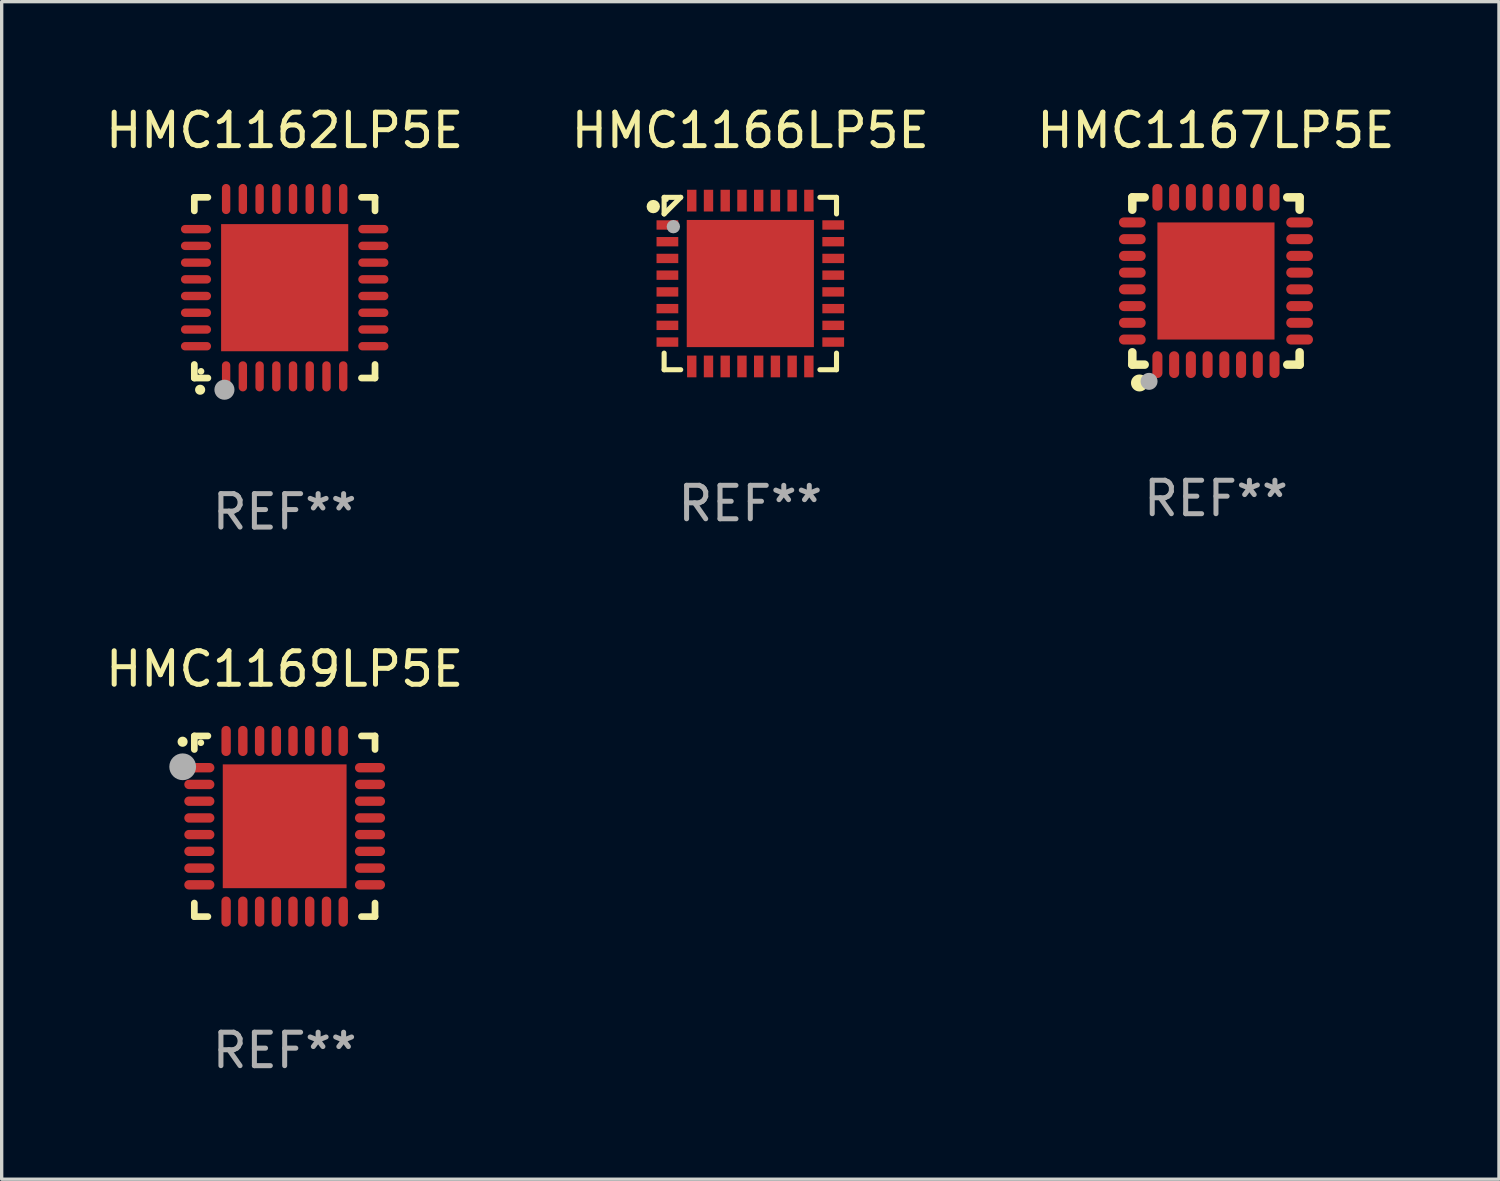
<source format=kicad_pcb>
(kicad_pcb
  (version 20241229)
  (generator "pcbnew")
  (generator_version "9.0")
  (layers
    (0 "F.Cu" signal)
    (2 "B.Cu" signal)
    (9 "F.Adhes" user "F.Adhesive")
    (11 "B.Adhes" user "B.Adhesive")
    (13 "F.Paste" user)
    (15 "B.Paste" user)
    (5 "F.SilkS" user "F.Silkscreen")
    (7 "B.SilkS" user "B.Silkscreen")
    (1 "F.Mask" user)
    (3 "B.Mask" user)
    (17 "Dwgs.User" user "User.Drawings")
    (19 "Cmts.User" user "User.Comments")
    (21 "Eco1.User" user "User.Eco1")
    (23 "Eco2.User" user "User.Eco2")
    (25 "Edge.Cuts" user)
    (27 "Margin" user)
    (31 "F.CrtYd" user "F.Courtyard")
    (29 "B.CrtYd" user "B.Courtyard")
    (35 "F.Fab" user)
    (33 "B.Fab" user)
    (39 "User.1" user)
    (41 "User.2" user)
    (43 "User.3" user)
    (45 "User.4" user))
  (footprint "HMC1166LP5E"
    (layer "F.Cu")
    (at 19.375 5.424)
    (property "Reference" "HMC1166LP5E" (at 0 -4.576 0) (layer "F.SilkS") (effects (font (size 1 1) (thickness 0.15))))
    (attr through_hole)
    (fp_line (start -2.576 -2.576) (end -2.576 -2.08) (stroke (width 0.152) (type solid)) (layer "F.SilkS"))
    (fp_line (start -2.576 2.576) (end -2.576 2.08) (stroke (width 0.152) (type solid)) (layer "F.SilkS"))
    (fp_line (start -2.08 -2.576) (end -2.576 -2.576) (stroke (width 0.152) (type solid)) (layer "F.SilkS"))
    (fp_line (start -2.08 -2.576) (end -2.576 -2.08) (stroke (width 0.152) (type solid)) (layer "F.SilkS"))
    (fp_line (start -2.08 2.576) (end -2.576 2.576) (stroke (width 0.152) (type solid)) (layer "F.SilkS"))
    (fp_line (start 2.08 -2.576) (end 2.576 -2.576) (stroke (width 0.152) (type solid)) (layer "F.SilkS"))
    (fp_line (start 2.08 2.576) (end 2.576 2.576) (stroke (width 0.152) (type solid)) (layer "F.SilkS"))
    (fp_line (start 2.576 -2.576) (end 2.576 -2.08) (stroke (width 0.152) (type solid)) (layer "F.SilkS"))
    (fp_line (start 2.576 2.576) (end 2.576 2.08) (stroke (width 0.152) (type solid)) (layer "F.SilkS"))
    (fp_circle (center -2.9 -2.3) (end -2.8 -2.3) (stroke (width 0.2) (type solid)) (fill no) (layer "F.SilkS"))
    (fp_circle (center -2.5 -2.5) (end -2.47 -2.5) (stroke (width 0.06) (type solid)) (fill no) (layer "F.SilkS"))
    (fp_circle (center -2.3 -1.7) (end -2.2 -1.7) (stroke (width 0.2) (type solid)) (fill no) (layer "F.Fab"))
    (fp_text user "REF**" (at 0 6.576 0) (layer "F.Fab") (effects (font (size 1 1) (thickness 0.15))))
    (pad "1" smd rect (at -2.478 -1.75) (size 0.65 0.28) (layers "F.Cu" "F.Mask" "F.Paste"))
    (pad "2" smd rect (at -2.478 -1.25) (size 0.65 0.28) (layers "F.Cu" "F.Mask" "F.Paste"))
    (pad "3" smd rect (at -2.478 -0.75) (size 0.65 0.28) (layers "F.Cu" "F.Mask" "F.Paste"))
    (pad "4" smd rect (at -2.478 -0.25) (size 0.65 0.28) (layers "F.Cu" "F.Mask" "F.Paste"))
    (pad "5" smd rect (at -2.478 0.25) (size 0.65 0.28) (layers "F.Cu" "F.Mask" "F.Paste"))
    (pad "6" smd rect (at -2.478 0.75) (size 0.65 0.28) (layers "F.Cu" "F.Mask" "F.Paste"))
    (pad "7" smd rect (at -2.478 1.25) (size 0.65 0.28) (layers "F.Cu" "F.Mask" "F.Paste"))
    (pad "8" smd rect (at -2.478 1.75) (size 0.65 0.28) (layers "F.Cu" "F.Mask" "F.Paste"))
    (pad "9" smd rect (at -1.75 2.478) (size 0.28 0.65) (layers "F.Cu" "F.Mask" "F.Paste"))
    (pad "10" smd rect (at -1.25 2.478) (size 0.28 0.65) (layers "F.Cu" "F.Mask" "F.Paste"))
    (pad "11" smd rect (at -0.75 2.478) (size 0.28 0.65) (layers "F.Cu" "F.Mask" "F.Paste"))
    (pad "12" smd rect (at -0.25 2.478) (size 0.28 0.65) (layers "F.Cu" "F.Mask" "F.Paste"))
    (pad "13" smd rect (at 0.25 2.478) (size 0.28 0.65) (layers "F.Cu" "F.Mask" "F.Paste"))
    (pad "14" smd rect (at 0.75 2.478) (size 0.28 0.65) (layers "F.Cu" "F.Mask" "F.Paste"))
    (pad "15" smd rect (at 1.25 2.478) (size 0.28 0.65) (layers "F.Cu" "F.Mask" "F.Paste"))
    (pad "16" smd rect (at 1.75 2.478) (size 0.28 0.65) (layers "F.Cu" "F.Mask" "F.Paste"))
    (pad "17" smd rect (at 2.478 1.75) (size 0.65 0.28) (layers "F.Cu" "F.Mask" "F.Paste"))
    (pad "18" smd rect (at 2.478 1.25) (size 0.65 0.28) (layers "F.Cu" "F.Mask" "F.Paste"))
    (pad "19" smd rect (at 2.478 0.75) (size 0.65 0.28) (layers "F.Cu" "F.Mask" "F.Paste"))
    (pad "20" smd rect (at 2.478 0.25) (size 0.65 0.28) (layers "F.Cu" "F.Mask" "F.Paste"))
    (pad "21" smd rect (at 2.478 -0.25) (size 0.65 0.28) (layers "F.Cu" "F.Mask" "F.Paste"))
    (pad "22" smd rect (at 2.478 -0.75) (size 0.65 0.28) (layers "F.Cu" "F.Mask" "F.Paste"))
    (pad "23" smd rect (at 2.478 -1.25) (size 0.65 0.28) (layers "F.Cu" "F.Mask" "F.Paste"))
    (pad "24" smd rect (at 2.478 -1.75) (size 0.65 0.28) (layers "F.Cu" "F.Mask" "F.Paste"))
    (pad "25" smd rect (at 1.75 -2.478) (size 0.28 0.65) (layers "F.Cu" "F.Mask" "F.Paste"))
    (pad "26" smd rect (at 1.25 -2.478) (size 0.28 0.65) (layers "F.Cu" "F.Mask" "F.Paste"))
    (pad "27" smd rect (at 0.75 -2.478) (size 0.28 0.65) (layers "F.Cu" "F.Mask" "F.Paste"))
    (pad "28" smd rect (at 0.25 -2.478) (size 0.28 0.65) (layers "F.Cu" "F.Mask" "F.Paste"))
    (pad "29" smd rect (at -0.25 -2.478) (size 0.28 0.65) (layers "F.Cu" "F.Mask" "F.Paste"))
    (pad "30" smd rect (at -0.75 -2.478) (size 0.28 0.65) (layers "F.Cu" "F.Mask" "F.Paste"))
    (pad "31" smd rect (at -1.25 -2.478) (size 0.28 0.65) (layers "F.Cu" "F.Mask" "F.Paste"))
    (pad "32" smd rect (at -1.75 -2.478) (size 0.28 0.65) (layers "F.Cu" "F.Mask" "F.Paste"))
    (pad "33" smd rect (at 0 0) (size 3.8 3.8) (layers "F.Cu" "F.Mask" "F.Paste")))
  (footprint "HMC1169LP5E"
    (layer "F.Cu")
    (at 5.458 21.645)
    (property "Reference" "HMC1169LP5E" (at 0 -4.7 0) (layer "F.SilkS") (effects (font (size 1 1) (thickness 0.15))))
    (attr through_hole)
    (fp_line (start -2.7 -2.7) (end -2.295 -2.7) (stroke (width 0.2) (type solid)) (layer "F.SilkS"))
    (fp_line (start -2.7 -2.295) (end -2.7 -2.7) (stroke (width 0.2) (type solid)) (layer "F.SilkS"))
    (fp_line (start -2.7 2.295) (end -2.7 2.7) (stroke (width 0.2) (type solid)) (layer "F.SilkS"))
    (fp_line (start -2.7 2.7) (end -2.295 2.7) (stroke (width 0.2) (type solid)) (layer "F.SilkS"))
    (fp_line (start 2.295 -2.7) (end 2.7 -2.7) (stroke (width 0.2) (type solid)) (layer "F.SilkS"))
    (fp_line (start 2.295 2.7) (end 2.7 2.7) (stroke (width 0.2) (type solid)) (layer "F.SilkS"))
    (fp_line (start 2.7 -2.7) (end 2.7 -2.295) (stroke (width 0.2) (type solid)) (layer "F.SilkS"))
    (fp_line (start 2.7 2.7) (end 2.7 2.295) (stroke (width 0.2) (type solid)) (layer "F.SilkS"))
    (fp_arc (start -3.050546 -2.525349) (mid -3.050551 -2.526619) (end -3.050546 -2.527889) (stroke (width 0.3) (type solid)) (layer "F.SilkS"))
    (fp_circle (center -2.505 -2.497) (end -2.455 -2.497) (stroke (width 0.1) (type solid)) (fill no) (layer "F.SilkS"))
    (fp_circle (center -3.048 -1.778) (end -2.848 -1.778) (stroke (width 0.4) (type solid)) (fill no) (layer "F.Fab"))
    (fp_text user "REF**" (at 0 6.7 0) (layer "F.Fab") (effects (font (size 1 1) (thickness 0.15))))
    (pad "1" smd oval (at -2.55 -1.75 270) (size 0.28 0.9) (layers "F.Cu" "F.Mask" "F.Paste"))
    (pad "2" smd oval (at -2.55 -1.25 270) (size 0.28 0.9) (layers "F.Cu" "F.Mask" "F.Paste"))
    (pad "3" smd oval (at -2.55 -0.749 270) (size 0.28 0.9) (layers "F.Cu" "F.Mask" "F.Paste"))
    (pad "4" smd oval (at -2.55 -0.249 270) (size 0.28 0.9) (layers "F.Cu" "F.Mask" "F.Paste"))
    (pad "5" smd oval (at -2.55 0.249 270) (size 0.28 0.9) (layers "F.Cu" "F.Mask" "F.Paste"))
    (pad "6" smd oval (at -2.55 0.749 270) (size 0.28 0.9) (layers "F.Cu" "F.Mask" "F.Paste"))
    (pad "7" smd oval (at -2.55 1.25 270) (size 0.28 0.9) (layers "F.Cu" "F.Mask" "F.Paste"))
    (pad "8" smd oval (at -2.55 1.75 270) (size 0.28 0.9) (layers "F.Cu" "F.Mask" "F.Paste"))
    (pad "9" smd oval (at -1.75 2.55 270) (size 0.9 0.28) (layers "F.Cu" "F.Mask" "F.Paste"))
    (pad "10" smd oval (at -1.25 2.55 270) (size 0.9 0.28) (layers "F.Cu" "F.Mask" "F.Paste"))
    (pad "11" smd oval (at -0.749 2.55 270) (size 0.9 0.28) (layers "F.Cu" "F.Mask" "F.Paste"))
    (pad "12" smd oval (at -0.249 2.55 270) (size 0.9 0.28) (layers "F.Cu" "F.Mask" "F.Paste"))
    (pad "13" smd oval (at 0.249 2.55 270) (size 0.9 0.28) (layers "F.Cu" "F.Mask" "F.Paste"))
    (pad "14" smd oval (at 0.749 2.55 270) (size 0.9 0.28) (layers "F.Cu" "F.Mask" "F.Paste"))
    (pad "15" smd oval (at 1.25 2.55 270) (size 0.9 0.28) (layers "F.Cu" "F.Mask" "F.Paste"))
    (pad "16" smd oval (at 1.75 2.55 270) (size 0.9 0.28) (layers "F.Cu" "F.Mask" "F.Paste"))
    (pad "17" smd oval (at 2.55 1.75 270) (size 0.28 0.9) (layers "F.Cu" "F.Mask" "F.Paste"))
    (pad "18" smd oval (at 2.55 1.25 270) (size 0.28 0.9) (layers "F.Cu" "F.Mask" "F.Paste"))
    (pad "19" smd oval (at 2.55 0.749 270) (size 0.28 0.9) (layers "F.Cu" "F.Mask" "F.Paste"))
    (pad "20" smd oval (at 2.55 0.249 270) (size 0.28 0.9) (layers "F.Cu" "F.Mask" "F.Paste"))
    (pad "21" smd oval (at 2.55 -0.249 270) (size 0.28 0.9) (layers "F.Cu" "F.Mask" "F.Paste"))
    (pad "22" smd oval (at 2.55 -0.749 270) (size 0.28 0.9) (layers "F.Cu" "F.Mask" "F.Paste"))
    (pad "23" smd oval (at 2.55 -1.25 270) (size 0.28 0.9) (layers "F.Cu" "F.Mask" "F.Paste"))
    (pad "24" smd oval (at 2.55 -1.75 270) (size 0.28 0.9) (layers "F.Cu" "F.Mask" "F.Paste"))
    (pad "25" smd oval (at 1.75 -2.55 270) (size 0.9 0.28) (layers "F.Cu" "F.Mask" "F.Paste"))
    (pad "26" smd oval (at 1.25 -2.55 270) (size 0.9 0.28) (layers "F.Cu" "F.Mask" "F.Paste"))
    (pad "27" smd oval (at 0.749 -2.55 270) (size 0.9 0.28) (layers "F.Cu" "F.Mask" "F.Paste"))
    (pad "28" smd oval (at 0.249 -2.55 270) (size 0.9 0.28) (layers "F.Cu" "F.Mask" "F.Paste"))
    (pad "29" smd oval (at -0.249 -2.55 270) (size 0.9 0.28) (layers "F.Cu" "F.Mask" "F.Paste"))
    (pad "30" smd oval (at -0.749 -2.55 270) (size 0.9 0.28) (layers "F.Cu" "F.Mask" "F.Paste"))
    (pad "31" smd oval (at -1.25 -2.55 270) (size 0.9 0.28) (layers "F.Cu" "F.Mask" "F.Paste"))
    (pad "32" smd oval (at -1.75 -2.55 270) (size 0.9 0.28) (layers "F.Cu" "F.Mask" "F.Paste"))
    (pad "33" smd rect (at -0.000076 0.000076 270) (size 3.7 3.7) (layers "F.Cu" "F.Mask" "F.Paste")))
  (footprint "HMC1162LP5E"
    (layer "F.Cu")
    (at 5.458 5.548)
    (property "Reference" "HMC1162LP5E" (at 0 -4.7 0) (layer "F.SilkS") (effects (font (size 1 1) (thickness 0.15))))
    (attr through_hole)
    (fp_line (start -2.7 -2.7) (end -2.295 -2.7) (stroke (width 0.2) (type solid)) (layer "F.SilkS"))
    (fp_line (start -2.7 -2.295) (end -2.7 -2.7) (stroke (width 0.2) (type solid)) (layer "F.SilkS"))
    (fp_line (start -2.7 2.7) (end -2.7 2.295) (stroke (width 0.2) (type solid)) (layer "F.SilkS"))
    (fp_line (start -2.295 2.7) (end -2.7 2.7) (stroke (width 0.2) (type solid)) (layer "F.SilkS"))
    (fp_line (start 2.295 2.7) (end 2.7 2.7) (stroke (width 0.2) (type solid)) (layer "F.SilkS"))
    (fp_line (start 2.7 -2.7) (end 2.295 -2.7) (stroke (width 0.2) (type solid)) (layer "F.SilkS"))
    (fp_line (start 2.7 -2.295) (end 2.7 -2.7) (stroke (width 0.2) (type solid)) (layer "F.SilkS"))
    (fp_line (start 2.7 2.7) (end 2.7 2.295) (stroke (width 0.2) (type solid)) (layer "F.SilkS"))
    (fp_arc (start -2.527889 3.050546) (mid -2.526619 3.050541) (end -2.525349 3.050546) (stroke (width 0.3) (type solid)) (layer "F.SilkS"))
    (fp_circle (center -2.5 2.5) (end -2.45 2.5) (stroke (width 0.1) (type solid)) (fill no) (layer "F.SilkS"))
    (fp_circle (center -1.8 3.05) (end -1.65 3.05) (stroke (width 0.3) (type solid)) (fill no) (layer "F.Fab"))
    (fp_text user "REF**" (at 0 6.7 0) (layer "F.Fab") (effects (font (size 1 1) (thickness 0.15))))
    (pad "1" smd oval (at -1.75 2.65) (size 0.25 0.9) (layers "F.Cu" "F.Mask" "F.Paste"))
    (pad "2" smd oval (at -1.25 2.65) (size 0.25 0.9) (layers "F.Cu" "F.Mask" "F.Paste"))
    (pad "3" smd oval (at -0.749 2.65) (size 0.25 0.9) (layers "F.Cu" "F.Mask" "F.Paste"))
    (pad "4" smd oval (at -0.249 2.65) (size 0.25 0.9) (layers "F.Cu" "F.Mask" "F.Paste"))
    (pad "5" smd oval (at 0.249 2.65) (size 0.25 0.9) (layers "F.Cu" "F.Mask" "F.Paste"))
    (pad "6" smd oval (at 0.749 2.65) (size 0.25 0.9) (layers "F.Cu" "F.Mask" "F.Paste"))
    (pad "7" smd oval (at 1.25 2.65) (size 0.25 0.9) (layers "F.Cu" "F.Mask" "F.Paste"))
    (pad "8" smd oval (at 1.75 2.65) (size 0.25 0.9) (layers "F.Cu" "F.Mask" "F.Paste"))
    (pad "9" smd oval (at 2.65 1.75) (size 0.9 0.25) (layers "F.Cu" "F.Mask" "F.Paste"))
    (pad "10" smd oval (at 2.65 1.25) (size 0.9 0.25) (layers "F.Cu" "F.Mask" "F.Paste"))
    (pad "11" smd oval (at 2.65 0.749) (size 0.9 0.25) (layers "F.Cu" "F.Mask" "F.Paste"))
    (pad "12" smd oval (at 2.65 0.249) (size 0.9 0.25) (layers "F.Cu" "F.Mask" "F.Paste"))
    (pad "13" smd oval (at 2.65 -0.249) (size 0.9 0.25) (layers "F.Cu" "F.Mask" "F.Paste"))
    (pad "14" smd oval (at 2.65 -0.749) (size 0.9 0.25) (layers "F.Cu" "F.Mask" "F.Paste"))
    (pad "15" smd oval (at 2.65 -1.25) (size 0.9 0.25) (layers "F.Cu" "F.Mask" "F.Paste"))
    (pad "16" smd oval (at 2.65 -1.75) (size 0.9 0.25) (layers "F.Cu" "F.Mask" "F.Paste"))
    (pad "17" smd oval (at 1.75 -2.65) (size 0.25 0.9) (layers "F.Cu" "F.Mask" "F.Paste"))
    (pad "18" smd oval (at 1.25 -2.65) (size 0.25 0.9) (layers "F.Cu" "F.Mask" "F.Paste"))
    (pad "19" smd oval (at 0.749 -2.65) (size 0.25 0.9) (layers "F.Cu" "F.Mask" "F.Paste"))
    (pad "20" smd oval (at 0.249 -2.65) (size 0.25 0.9) (layers "F.Cu" "F.Mask" "F.Paste"))
    (pad "21" smd oval (at -0.249 -2.65) (size 0.25 0.9) (layers "F.Cu" "F.Mask" "F.Paste"))
    (pad "22" smd oval (at -0.749 -2.65) (size 0.25 0.9) (layers "F.Cu" "F.Mask" "F.Paste"))
    (pad "23" smd oval (at -1.25 -2.65) (size 0.25 0.9) (layers "F.Cu" "F.Mask" "F.Paste"))
    (pad "24" smd oval (at -1.75 -2.65) (size 0.25 0.9) (layers "F.Cu" "F.Mask" "F.Paste"))
    (pad "25" smd oval (at -2.65 -1.75) (size 0.9 0.25) (layers "F.Cu" "F.Mask" "F.Paste"))
    (pad "26" smd oval (at -2.65 -1.25) (size 0.9 0.25) (layers "F.Cu" "F.Mask" "F.Paste"))
    (pad "27" smd oval (at -2.65 -0.749) (size 0.9 0.25) (layers "F.Cu" "F.Mask" "F.Paste"))
    (pad "28" smd oval (at -2.65 -0.249) (size 0.9 0.25) (layers "F.Cu" "F.Mask" "F.Paste"))
    (pad "29" smd oval (at -2.65 0.249) (size 0.9 0.25) (layers "F.Cu" "F.Mask" "F.Paste"))
    (pad "30" smd oval (at -2.65 0.749) (size 0.9 0.25) (layers "F.Cu" "F.Mask" "F.Paste"))
    (pad "31" smd oval (at -2.65 1.25) (size 0.9 0.25) (layers "F.Cu" "F.Mask" "F.Paste"))
    (pad "32" smd oval (at -2.65 1.75) (size 0.9 0.25) (layers "F.Cu" "F.Mask" "F.Paste"))
    (pad "33" smd rect (at 0.000076 0.000076) (size 3.8 3.8) (layers "F.Cu" "F.Mask" "F.Paste")))
  (footprint "HMC1167LP5E"
    (layer "F.Cu")
    (at 33.292 5.348)
    (property "Reference" "HMC1167LP5E" (at 0 -4.5 0) (layer "F.SilkS") (effects (font (size 1 1) (thickness 0.15))))
    (attr through_hole)
    (fp_line (start -2.5 -2.5) (end -2.131 -2.5) (stroke (width 0.254) (type solid)) (layer "F.SilkS"))
    (fp_line (start -2.5 -2.131) (end -2.5 -2.5) (stroke (width 0.254) (type solid)) (layer "F.SilkS"))
    (fp_line (start -2.5 2.5) (end -2.5 2.131) (stroke (width 0.254) (type solid)) (layer "F.SilkS"))
    (fp_line (start -2.131 2.5) (end -2.5 2.5) (stroke (width 0.254) (type solid)) (layer "F.SilkS"))
    (fp_line (start 2.131 -2.5) (end 2.5 -2.5) (stroke (width 0.254) (type solid)) (layer "F.SilkS"))
    (fp_line (start 2.5 -2.5) (end 2.5 -2.131) (stroke (width 0.254) (type solid)) (layer "F.SilkS"))
    (fp_line (start 2.5 2.131) (end 2.5 2.5) (stroke (width 0.254) (type solid)) (layer "F.SilkS"))
    (fp_line (start 2.5 2.5) (end 2.131 2.5) (stroke (width 0.254) (type solid)) (layer "F.SilkS"))
    (fp_circle (center -2.5 2.5) (end -2.47 2.5) (stroke (width 0.06) (type solid)) (fill no) (layer "F.SilkS"))
    (fp_circle (center -2.286 3.048) (end -2.159 3.048) (stroke (width 0.254) (type solid)) (fill no) (layer "F.SilkS"))
    (fp_circle (center -2 3) (end -1.873 3) (stroke (width 0.254) (type solid)) (fill no) (layer "F.Fab"))
    (fp_text user "REF**" (at 0 6.5 0) (layer "F.Fab") (effects (font (size 1 1) (thickness 0.15))))
    (pad "1" smd oval (at -1.75 2.5 90) (size 0.8 0.3) (layers "F.Cu" "F.Mask" "F.Paste"))
    (pad "2" smd oval (at -1.25 2.5 90) (size 0.8 0.3) (layers "F.Cu" "F.Mask" "F.Paste"))
    (pad "3" smd oval (at -0.75 2.5 90) (size 0.8 0.3) (layers "F.Cu" "F.Mask" "F.Paste"))
    (pad "4" smd oval (at -0.25 2.5 90) (size 0.8 0.3) (layers "F.Cu" "F.Mask" "F.Paste"))
    (pad "5" smd oval (at 0.25 2.5 90) (size 0.8 0.3) (layers "F.Cu" "F.Mask" "F.Paste"))
    (pad "6" smd oval (at 0.75 2.5 90) (size 0.8 0.3) (layers "F.Cu" "F.Mask" "F.Paste"))
    (pad "7" smd oval (at 1.25 2.5 90) (size 0.8 0.3) (layers "F.Cu" "F.Mask" "F.Paste"))
    (pad "8" smd oval (at 1.75 2.5 90) (size 0.8 0.3) (layers "F.Cu" "F.Mask" "F.Paste"))
    (pad "9" smd oval (at 2.5 1.75 180) (size 0.8 0.3) (layers "F.Cu" "F.Mask" "F.Paste"))
    (pad "10" smd oval (at 2.5 1.25 180) (size 0.8 0.3) (layers "F.Cu" "F.Mask" "F.Paste"))
    (pad "11" smd oval (at 2.5 0.75 180) (size 0.8 0.3) (layers "F.Cu" "F.Mask" "F.Paste"))
    (pad "12" smd oval (at 2.5 0.25 180) (size 0.8 0.3) (layers "F.Cu" "F.Mask" "F.Paste"))
    (pad "13" smd oval (at 2.5 -0.25 180) (size 0.8 0.3) (layers "F.Cu" "F.Mask" "F.Paste"))
    (pad "14" smd oval (at 2.5 -0.75 180) (size 0.8 0.3) (layers "F.Cu" "F.Mask" "F.Paste"))
    (pad "15" smd oval (at 2.5 -1.25 180) (size 0.8 0.3) (layers "F.Cu" "F.Mask" "F.Paste"))
    (pad "16" smd oval (at 2.5 -1.75 180) (size 0.8 0.3) (layers "F.Cu" "F.Mask" "F.Paste"))
    (pad "17" smd oval (at 1.75 -2.5 270) (size 0.8 0.3) (layers "F.Cu" "F.Mask" "F.Paste"))
    (pad "18" smd oval (at 1.25 -2.5 270) (size 0.8 0.3) (layers "F.Cu" "F.Mask" "F.Paste"))
    (pad "19" smd oval (at 0.75 -2.5 270) (size 0.8 0.3) (layers "F.Cu" "F.Mask" "F.Paste"))
    (pad "20" smd oval (at 0.25 -2.5 270) (size 0.8 0.3) (layers "F.Cu" "F.Mask" "F.Paste"))
    (pad "21" smd oval (at -0.25 -2.5 270) (size 0.8 0.3) (layers "F.Cu" "F.Mask" "F.Paste"))
    (pad "22" smd oval (at -0.75 -2.5 270) (size 0.8 0.3) (layers "F.Cu" "F.Mask" "F.Paste"))
    (pad "23" smd oval (at -1.25 -2.5 270) (size 0.8 0.3) (layers "F.Cu" "F.Mask" "F.Paste"))
    (pad "24" smd oval (at -1.75 -2.5 270) (size 0.8 0.3) (layers "F.Cu" "F.Mask" "F.Paste"))
    (pad "25" smd oval (at -2.5 -1.75) (size 0.8 0.3) (layers "F.Cu" "F.Mask" "F.Paste"))
    (pad "26" smd oval (at -2.5 -1.25) (size 0.8 0.3) (layers "F.Cu" "F.Mask" "F.Paste"))
    (pad "27" smd oval (at -2.5 -0.75) (size 0.8 0.3) (layers "F.Cu" "F.Mask" "F.Paste"))
    (pad "28" smd oval (at -2.5 -0.25) (size 0.8 0.3) (layers "F.Cu" "F.Mask" "F.Paste"))
    (pad "29" smd oval (at -2.5 0.25) (size 0.8 0.3) (layers "F.Cu" "F.Mask" "F.Paste"))
    (pad "30" smd oval (at -2.5 0.75) (size 0.8 0.3) (layers "F.Cu" "F.Mask" "F.Paste"))
    (pad "31" smd oval (at -2.5 1.25) (size 0.8 0.3) (layers "F.Cu" "F.Mask" "F.Paste"))
    (pad "32" smd oval (at -2.5 1.75) (size 0.8 0.3) (layers "F.Cu" "F.Mask" "F.Paste"))
    (pad "33" smd rect (at -0.000127 0.000127 90) (size 3.5 3.5) (layers "F.Cu" "F.Mask" "F.Paste")))
  (gr_rect
    (start -3 -3)
    (end 41.75 32.193)
    (stroke (width 0.1) (type default))
    (fill no)
    (layer "Edge.Cuts")))
</source>
